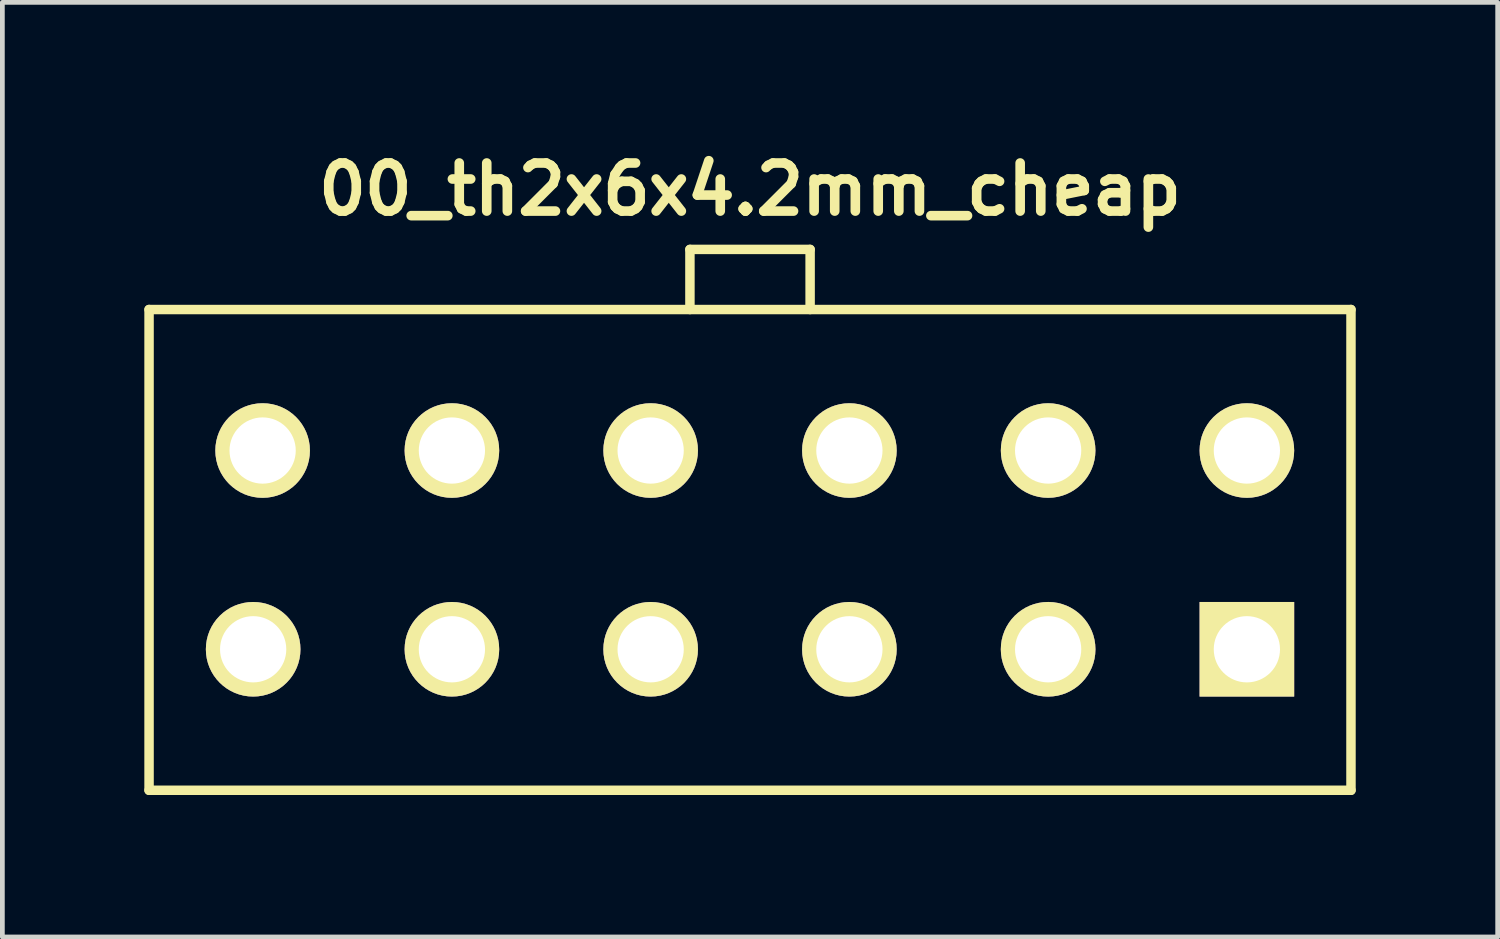
<source format=kicad_pcb>
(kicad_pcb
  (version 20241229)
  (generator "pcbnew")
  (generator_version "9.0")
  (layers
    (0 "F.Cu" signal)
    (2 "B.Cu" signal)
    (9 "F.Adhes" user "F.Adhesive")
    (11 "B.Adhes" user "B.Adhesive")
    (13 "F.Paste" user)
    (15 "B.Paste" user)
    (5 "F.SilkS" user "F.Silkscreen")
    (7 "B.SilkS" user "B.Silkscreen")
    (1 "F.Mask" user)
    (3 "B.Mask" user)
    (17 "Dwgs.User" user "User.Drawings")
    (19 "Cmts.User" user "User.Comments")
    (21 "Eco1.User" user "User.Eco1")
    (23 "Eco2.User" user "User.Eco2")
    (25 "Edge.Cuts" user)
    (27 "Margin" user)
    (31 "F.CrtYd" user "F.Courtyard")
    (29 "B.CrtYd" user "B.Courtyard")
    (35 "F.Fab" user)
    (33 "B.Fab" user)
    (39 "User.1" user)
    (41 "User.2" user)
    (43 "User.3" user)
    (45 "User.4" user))
  (footprint "00_th2x6x4.2mm_cheap"
    (layer "F.Cu")
    (at 12.8 8.571)
    (property "Reference" "00_th2x6x4.2mm_cheap" (at 0 -7.62 0) (layer "F.SilkS") (effects (font (size 1.016 1.016) (thickness 0.203))))
    (attr through_hole)
    (fp_line (start -12.7 -5.08) (end 12.7 -5.08) (stroke (width 0.2) (type solid)) (layer "F.SilkS"))
    (fp_line (start -12.7 5.08) (end -12.7 -5.08) (stroke (width 0.2) (type solid)) (layer "F.SilkS"))
    (fp_line (start -1.27 -6.35) (end 1.27 -6.35) (stroke (width 0.2) (type solid)) (layer "F.SilkS"))
    (fp_line (start -1.27 -5.08) (end -1.27 -6.35) (stroke (width 0.2) (type solid)) (layer "F.SilkS"))
    (fp_line (start 1.27 -6.35) (end 1.27 -5.08) (stroke (width 0.2) (type solid)) (layer "F.SilkS"))
    (fp_line (start 12.7 -5.08) (end 12.7 5.08) (stroke (width 0.2) (type solid)) (layer "F.SilkS"))
    (fp_line (start 12.7 5.08) (end -12.7 5.08) (stroke (width 0.2) (type solid)) (layer "F.SilkS"))
    (pad "1" thru_hole rect (at 10.5 2.1) (size 1.999 1.999) (drill 1.4) (layers "*.Cu" "*.Mask" "F.SilkS"))
    (pad "2" thru_hole circle (at 6.3 2.1) (size 2 2) (drill 1.4) (layers "*.Cu" "*.Mask" "F.SilkS"))
    (pad "3" thru_hole circle (at 2.1 2.1) (size 1.999 1.999) (drill 1.4) (layers "*.Cu" "*.Mask" "F.SilkS"))
    (pad "4" thru_hole circle (at -2.1 2.1) (size 1.999 1.999) (drill 1.4) (layers "*.Cu" "*.Mask" "F.SilkS"))
    (pad "5" thru_hole circle (at -6.3 2.1) (size 1.999 1.999) (drill 1.4) (layers "*.Cu" "*.Mask" "F.SilkS"))
    (pad "6" thru_hole circle (at -10.5 2.1) (size 1.999 1.999) (drill 1.4) (layers "*.Cu" "*.Mask" "F.SilkS"))
    (pad "7" thru_hole circle (at 10.5 -2.1) (size 1.999 1.999) (drill 1.4) (layers "*.Cu" "*.Mask" "F.SilkS"))
    (pad "8" thru_hole circle (at 6.3 -2.1) (size 1.999 1.999) (drill 1.4) (layers "*.Cu" "*.Mask" "F.SilkS"))
    (pad "9" thru_hole circle (at 2.1 -2.1) (size 1.999 1.999) (drill 1.4) (layers "*.Cu" "*.Mask" "F.SilkS"))
    (pad "10" thru_hole circle (at -2.1 -2.1) (size 1.999 1.999) (drill 1.4) (layers "*.Cu" "*.Mask" "F.SilkS"))
    (pad "11" thru_hole circle (at -6.3 -2.1) (size 1.999 1.999) (drill 1.4) (layers "*.Cu" "*.Mask" "F.SilkS"))
    (pad "12" thru_hole circle (at -10.3 -2.1) (size 1.999 1.999) (drill 1.4) (layers "*.Cu" "*.Mask" "F.SilkS")))
  (gr_rect
    (start -3 -3)
    (end 28.6 16.751)
    (stroke (width 0.1) (type default))
    (fill no)
    (layer "Edge.Cuts")))
</source>
